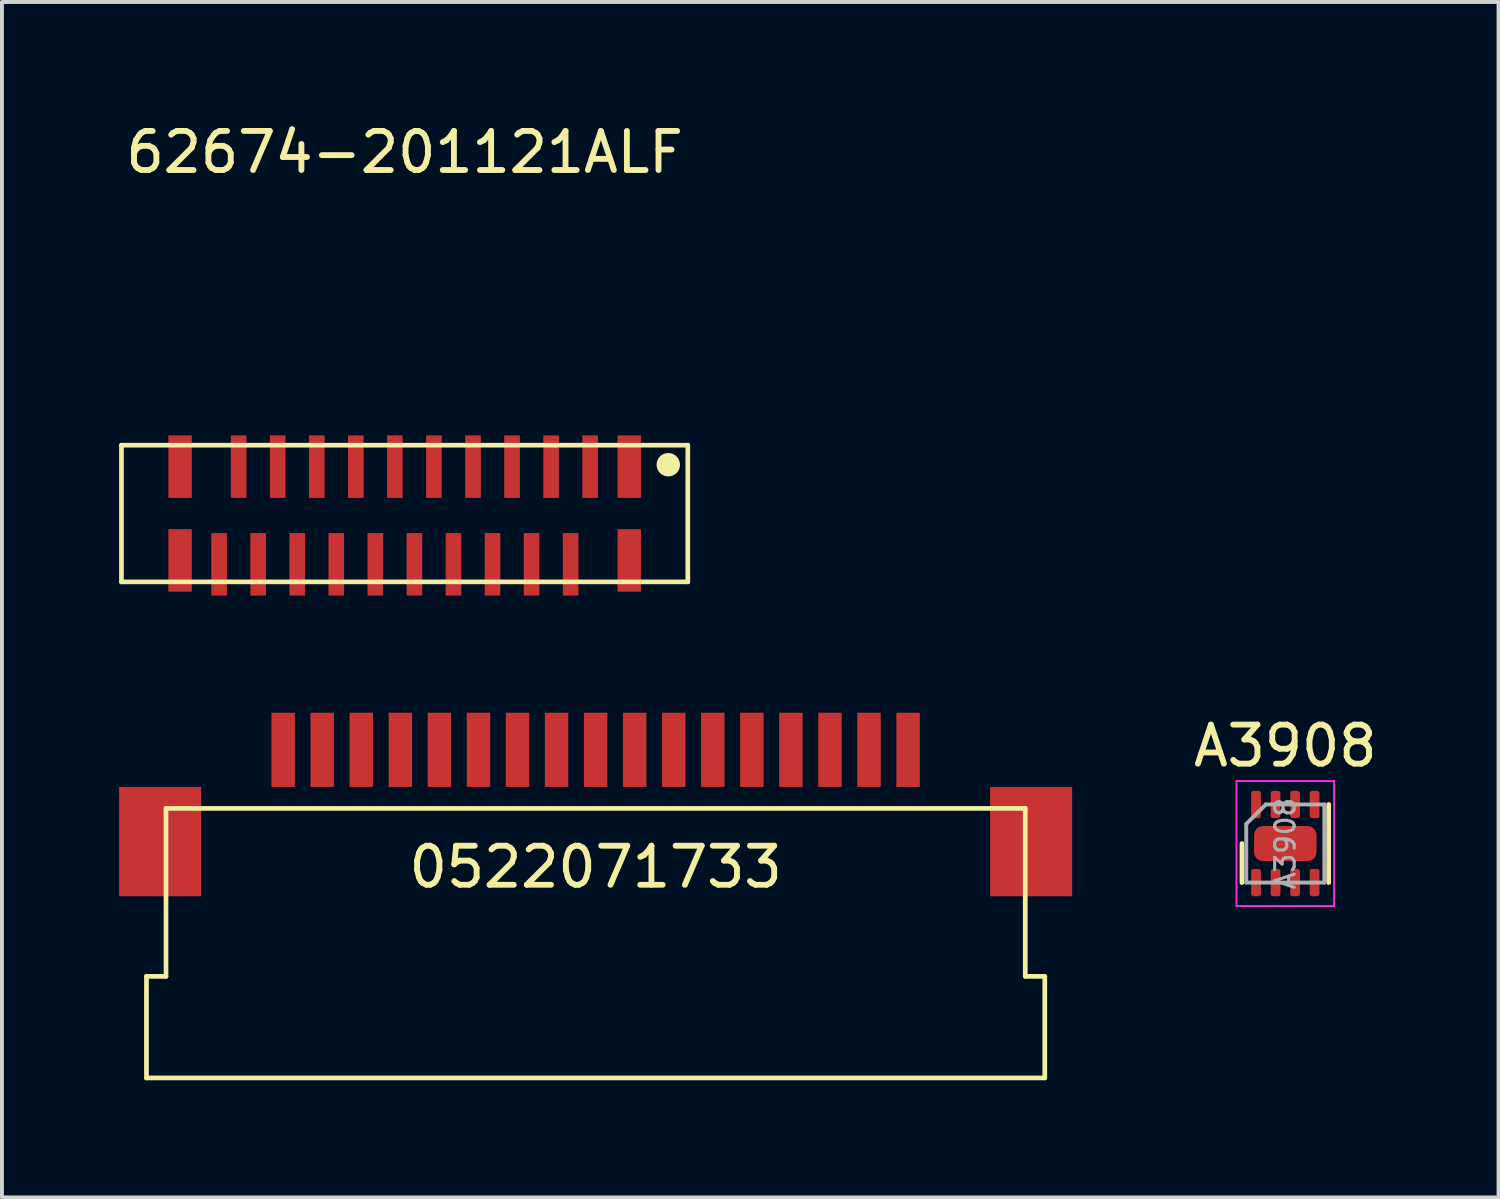
<source format=kicad_pcb>
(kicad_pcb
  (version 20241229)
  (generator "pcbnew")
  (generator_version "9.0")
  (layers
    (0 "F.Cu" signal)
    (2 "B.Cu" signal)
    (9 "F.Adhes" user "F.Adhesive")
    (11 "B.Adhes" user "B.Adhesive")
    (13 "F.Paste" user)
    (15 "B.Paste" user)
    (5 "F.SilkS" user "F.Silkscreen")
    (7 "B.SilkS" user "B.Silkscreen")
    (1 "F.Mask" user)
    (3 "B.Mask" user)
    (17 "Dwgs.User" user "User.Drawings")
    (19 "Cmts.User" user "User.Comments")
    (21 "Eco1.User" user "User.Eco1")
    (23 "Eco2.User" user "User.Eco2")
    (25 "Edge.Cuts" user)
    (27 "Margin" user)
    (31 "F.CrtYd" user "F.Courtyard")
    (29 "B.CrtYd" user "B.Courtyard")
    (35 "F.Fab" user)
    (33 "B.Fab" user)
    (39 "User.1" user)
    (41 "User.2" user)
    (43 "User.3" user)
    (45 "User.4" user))
  (footprint "0522071733"
    (layer "F.Cu")
    (at 12.2 16.148)
    (property "Reference" "0522071733" (at 0 3 0) (layer "F.SilkS") (effects (font (size 1 1) (thickness 0.15))))
    (attr through_hole)
    (fp_line (start -11.5 5.8) (end -11 5.8) (stroke (width 0.12) (type solid)) (layer "F.SilkS"))
    (fp_line (start -11.5 8.4) (end -11.5 5.8) (stroke (width 0.12) (type solid)) (layer "F.SilkS"))
    (fp_line (start -11 1.5) (end 11 1.5) (stroke (width 0.12) (type solid)) (layer "F.SilkS"))
    (fp_line (start -11 5.8) (end -11 1.5) (stroke (width 0.12) (type solid)) (layer "F.SilkS"))
    (fp_line (start 11 1.5) (end 11 5.8) (stroke (width 0.12) (type solid)) (layer "F.SilkS"))
    (fp_line (start 11 5.8) (end 11.5 5.8) (stroke (width 0.12) (type solid)) (layer "F.SilkS"))
    (fp_line (start 11.5 5.8) (end 11.5 8.4) (stroke (width 0.12) (type solid)) (layer "F.SilkS"))
    (fp_line (start 11.5 8.4) (end -11.5 8.4) (stroke (width 0.12) (type solid)) (layer "F.SilkS"))
    (pad "1" smd rect (at -8 0) (size 0.6 1.9) (layers "F.Cu" "F.Mask" "F.Paste"))
    (pad "2" smd rect (at -11.15 2.35) (size 2.1 2.8) (layers "F.Cu" "F.Mask" "F.Paste"))
    (pad "2" smd rect (at -7 0) (size 0.6 1.9) (layers "F.Cu" "F.Mask" "F.Paste"))
    (pad "3" smd rect (at -6 0) (size 0.6 1.9) (layers "F.Cu" "F.Mask" "F.Paste"))
    (pad "3" smd rect (at 11.15 2.35) (size 2.1 2.8) (layers "F.Cu" "F.Mask" "F.Paste"))
    (pad "4" smd rect (at -5 0) (size 0.6 1.9) (layers "F.Cu" "F.Mask" "F.Paste"))
    (pad "5" smd rect (at -4 0) (size 0.6 1.9) (layers "F.Cu" "F.Mask" "F.Paste"))
    (pad "6" smd rect (at -3 0) (size 0.6 1.9) (layers "F.Cu" "F.Mask" "F.Paste"))
    (pad "7" smd rect (at -2 0) (size 0.6 1.9) (layers "F.Cu" "F.Mask" "F.Paste"))
    (pad "8" smd rect (at -1 0) (size 0.6 1.9) (layers "F.Cu" "F.Mask" "F.Paste"))
    (pad "9" smd rect (at 0 0) (size 0.6 1.9) (layers "F.Cu" "F.Mask" "F.Paste"))
    (pad "10" smd rect (at 1 0) (size 0.6 1.9) (layers "F.Cu" "F.Mask" "F.Paste"))
    (pad "11" smd rect (at 2 0) (size 0.6 1.9) (layers "F.Cu" "F.Mask" "F.Paste"))
    (pad "12" smd rect (at 3 0) (size 0.6 1.9) (layers "F.Cu" "F.Mask" "F.Paste"))
    (pad "13" smd rect (at 4 0) (size 0.6 1.9) (layers "F.Cu" "F.Mask" "F.Paste"))
    (pad "14" smd rect (at 5 0) (size 0.6 1.9) (layers "F.Cu" "F.Mask" "F.Paste"))
    (pad "15" smd rect (at 6 0) (size 0.6 1.9) (layers "F.Cu" "F.Mask" "F.Paste"))
    (pad "16" smd rect (at 7 0) (size 0.6 1.9) (layers "F.Cu" "F.Mask" "F.Paste"))
    (pad "17" smd rect (at 8 0) (size 0.6 1.9) (layers "F.Cu" "F.Mask" "F.Paste")))
  (footprint "A3908"
    (layer "F.Cu")
    (at 29.858 18.547)
    (property "Reference" "A3908" (at 0 -2.5 0) (layer "F.SilkS") (effects (font (size 1 1) (thickness 0.15))))
    (attr smd)
    (fp_line (start -1.11 0) (end -1.11 1) (stroke (width 0.12) (type solid)) (layer "F.SilkS"))
    (fp_line (start 1.11 -1) (end 1.11 1) (stroke (width 0.12) (type solid)) (layer "F.SilkS"))
    (fp_line (start -1.25 -1.6) (end 1.25 -1.6) (stroke (width 0.05) (type solid)) (layer "F.CrtYd"))
    (fp_line (start -1.25 1.6) (end -1.25 -1.6) (stroke (width 0.05) (type solid)) (layer "F.CrtYd"))
    (fp_line (start 1.25 -1.6) (end 1.25 1.6) (stroke (width 0.05) (type solid)) (layer "F.CrtYd"))
    (fp_line (start 1.25 1.6) (end -1.25 1.6) (stroke (width 0.05) (type solid)) (layer "F.CrtYd"))
    (fp_line (start -1 -0.5) (end -1 1) (stroke (width 0.1) (type solid)) (layer "F.Fab"))
    (fp_line (start -1 1) (end 1 1) (stroke (width 0.1) (type solid)) (layer "F.Fab"))
    (fp_line (start -0.5 -1) (end -1 -0.5) (stroke (width 0.1) (type solid)) (layer "F.Fab"))
    (fp_line (start 1 -1) (end -0.5 -1) (stroke (width 0.1) (type solid)) (layer "F.Fab"))
    (fp_line (start 1 1) (end 1 -1) (stroke (width 0.1) (type solid)) (layer "F.Fab"))
    (fp_text user "${REFERENCE}" (at 0 0 270) (layer "F.Fab") (effects (font (size 0.5 0.5) (thickness 0.08))))
    (pad "" smd roundrect (at -0.375 -0.225 90) (size 0.36 0.6) (layers "F.Paste") (roundrect_rratio 0.25))
    (pad "" smd roundrect (at -0.375 0.225 90) (size 0.36 0.6) (layers "F.Paste") (roundrect_rratio 0.25))
    (pad "" smd roundrect (at 0.375 -0.225 90) (size 0.36 0.6) (layers "F.Paste") (roundrect_rratio 0.25))
    (pad "" smd roundrect (at 0.375 0.225 90) (size 0.36 0.6) (layers "F.Paste") (roundrect_rratio 0.25))
    (pad "1" smd roundrect (at -0.75 -1 90) (size 0.7 0.25) (layers "F.Cu" "F.Mask" "F.Paste") (roundrect_rratio 0.25))
    (pad "2" smd roundrect (at -0.25 -1 90) (size 0.7 0.25) (layers "F.Cu" "F.Mask" "F.Paste") (roundrect_rratio 0.25))
    (pad "3" smd roundrect (at 0.25 -1 90) (size 0.7 0.25) (layers "F.Cu" "F.Mask" "F.Paste") (roundrect_rratio 0.25))
    (pad "4" smd roundrect (at 0.75 -1 90) (size 0.7 0.25) (layers "F.Cu" "F.Mask" "F.Paste") (roundrect_rratio 0.25))
    (pad "5" smd roundrect (at 0.75 1 90) (size 0.7 0.25) (layers "F.Cu" "F.Mask" "F.Paste") (roundrect_rratio 0.25))
    (pad "6" smd roundrect (at 0.25 1 90) (size 0.7 0.25) (layers "F.Cu" "F.Mask" "F.Paste") (roundrect_rratio 0.25))
    (pad "7" smd roundrect (at -0.25 1 90) (size 0.7 0.25) (layers "F.Cu" "F.Mask" "F.Paste") (roundrect_rratio 0.25))
    (pad "8" smd roundrect (at -0.75 1 90) (size 0.7 0.25) (layers "F.Cu" "F.Mask" "F.Paste") (roundrect_rratio 0.25))
    (pad "~" smd roundrect (at 0 0 90) (size 0.9 1.6) (layers "F.Cu" "F.Mask") (roundrect_rratio 0.25)))
  (footprint "62674-201121ALF"
    (layer "F.Cu")
    (at 7.31 10.098)
    (property "Reference" "62674-201121ALF" (at 0 -9.25 0) (layer "F.SilkS") (effects (font (size 1 1) (thickness 0.15))))
    (attr through_hole)
    (fp_line (start -7.25 -1.75) (end 7.25 -1.75) (stroke (width 0.12) (type solid)) (layer "F.SilkS"))
    (fp_line (start -7.25 1.75) (end -7.25 -1.75) (stroke (width 0.12) (type solid)) (layer "F.SilkS"))
    (fp_line (start 7.25 -1.75) (end 7.25 1.75) (stroke (width 0.12) (type solid)) (layer "F.SilkS"))
    (fp_line (start 7.25 1.75) (end -7.25 1.75) (stroke (width 0.12) (type solid)) (layer "F.SilkS"))
    (fp_circle (center 6.75 -1.25) (end 6.9 -1.25) (stroke (width 0.3) (type solid)) (fill no) (layer "F.SilkS"))
    (pad "1" smd rect (at 4.75 -1.2) (size 0.4 1.6) (layers "F.Cu" "F.Mask" "F.Paste"))
    (pad "2" smd rect (at 3.75 -1.2) (size 0.4 1.6) (layers "F.Cu" "F.Mask" "F.Paste"))
    (pad "3" smd rect (at 2.75 -1.2) (size 0.4 1.6) (layers "F.Cu" "F.Mask" "F.Paste"))
    (pad "4" smd rect (at 1.75 -1.2) (size 0.4 1.6) (layers "F.Cu" "F.Mask" "F.Paste"))
    (pad "5" smd rect (at 0.75 -1.2) (size 0.4 1.6) (layers "F.Cu" "F.Mask" "F.Paste"))
    (pad "6" smd rect (at -0.25 -1.2) (size 0.4 1.6) (layers "F.Cu" "F.Mask" "F.Paste"))
    (pad "7" smd rect (at -1.25 -1.2) (size 0.4 1.6) (layers "F.Cu" "F.Mask" "F.Paste"))
    (pad "8" smd rect (at -2.25 -1.2) (size 0.4 1.6) (layers "F.Cu" "F.Mask" "F.Paste"))
    (pad "9" smd rect (at -3.25 -1.2) (size 0.4 1.6) (layers "F.Cu" "F.Mask" "F.Paste"))
    (pad "10" smd rect (at -4.25 -1.2) (size 0.4 1.6) (layers "F.Cu" "F.Mask" "F.Paste"))
    (pad "11" smd rect (at -4.75 1.3) (size 0.4 1.6) (layers "F.Cu" "F.Mask" "F.Paste"))
    (pad "12" smd rect (at -3.75 1.3) (size 0.4 1.6) (layers "F.Cu" "F.Mask" "F.Paste"))
    (pad "13" smd rect (at -2.75 1.3) (size 0.4 1.6) (layers "F.Cu" "F.Mask" "F.Paste"))
    (pad "14" smd rect (at -1.75 1.3) (size 0.4 1.6) (layers "F.Cu" "F.Mask" "F.Paste"))
    (pad "15" smd rect (at -0.75 1.3) (size 0.4 1.6) (layers "F.Cu" "F.Mask" "F.Paste"))
    (pad "16" smd rect (at 0.25 1.3) (size 0.4 1.6) (layers "F.Cu" "F.Mask" "F.Paste"))
    (pad "17" smd rect (at 1.25 1.3) (size 0.4 1.6) (layers "F.Cu" "F.Mask" "F.Paste"))
    (pad "18" smd rect (at 2.25 1.3) (size 0.4 1.6) (layers "F.Cu" "F.Mask" "F.Paste"))
    (pad "19" smd rect (at 3.25 1.3) (size 0.4 1.6) (layers "F.Cu" "F.Mask" "F.Paste"))
    (pad "20" smd rect (at 4.25 1.3) (size 0.4 1.6) (layers "F.Cu" "F.Mask" "F.Paste"))
    (pad "~" smd rect (at -5.75 -1.2) (size 0.6 1.6) (layers "F.Cu" "F.Mask" "F.Paste"))
    (pad "~" smd rect (at -5.75 1.2) (size 0.6 1.6) (layers "F.Cu" "F.Mask" "F.Paste"))
    (pad "~" smd rect (at 5.75 -1.2) (size 0.6 1.6) (layers "F.Cu" "F.Mask" "F.Paste"))
    (pad "~" smd rect (at 5.75 1.2) (size 0.6 1.6) (layers "F.Cu" "F.Mask" "F.Paste")))
  (gr_rect
    (start -3 -3)
    (end 35.317 27.608)
    (stroke (width 0.1) (type default))
    (fill no)
    (layer "Edge.Cuts")))
</source>
